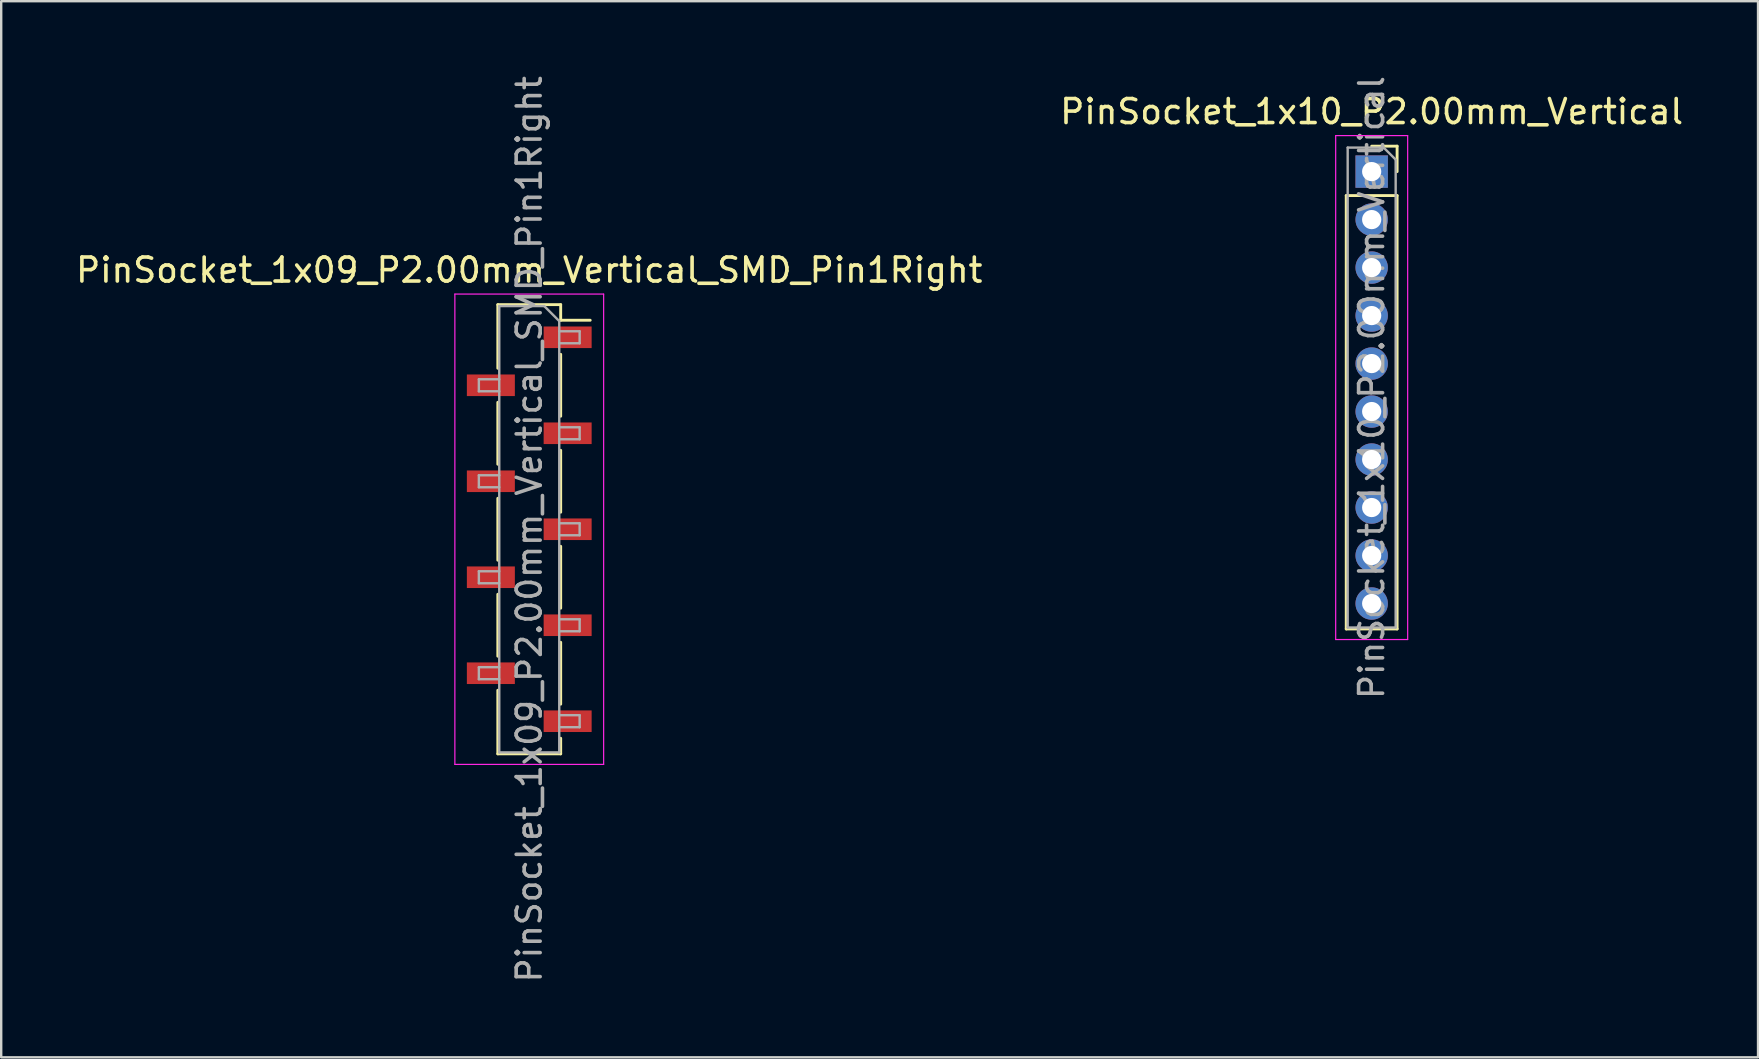
<source format=kicad_pcb>
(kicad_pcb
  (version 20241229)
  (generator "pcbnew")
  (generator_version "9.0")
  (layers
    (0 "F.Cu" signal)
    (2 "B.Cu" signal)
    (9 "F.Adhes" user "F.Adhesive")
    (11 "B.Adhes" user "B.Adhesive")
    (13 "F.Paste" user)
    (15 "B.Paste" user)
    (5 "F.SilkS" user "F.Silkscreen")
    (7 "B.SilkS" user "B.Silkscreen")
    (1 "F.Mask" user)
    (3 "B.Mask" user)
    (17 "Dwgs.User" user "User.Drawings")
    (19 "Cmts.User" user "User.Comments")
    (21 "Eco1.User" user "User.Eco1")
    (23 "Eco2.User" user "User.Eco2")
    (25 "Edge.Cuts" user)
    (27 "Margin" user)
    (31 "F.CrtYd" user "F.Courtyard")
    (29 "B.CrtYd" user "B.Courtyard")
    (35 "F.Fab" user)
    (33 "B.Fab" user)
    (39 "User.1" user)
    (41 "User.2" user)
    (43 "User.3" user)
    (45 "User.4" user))
  (footprint "PinSocket_1x10_P2.00mm_Vertical"
    (layer "F.Cu")
    (at 54.113 4.101)
    (property "Reference" "PinSocket_1x10_P2.00mm_Vertical" (at 0 -2.5 0) (layer "F.SilkS") (effects (font (size 1 1) (thickness 0.15))))
    (attr through_hole)
    (fp_line (start -1.06 1) (end -1.06 19.06) (stroke (width 0.12) (type solid)) (layer "F.SilkS"))
    (fp_line (start -1.06 1) (end 1.06 1) (stroke (width 0.12) (type solid)) (layer "F.SilkS"))
    (fp_line (start -1.06 19.06) (end 1.06 19.06) (stroke (width 0.12) (type solid)) (layer "F.SilkS"))
    (fp_line (start 0 -1.06) (end 1.06 -1.06) (stroke (width 0.12) (type solid)) (layer "F.SilkS"))
    (fp_line (start 1.06 -1.06) (end 1.06 0) (stroke (width 0.12) (type solid)) (layer "F.SilkS"))
    (fp_line (start 1.06 1) (end 1.06 19.06) (stroke (width 0.12) (type solid)) (layer "F.SilkS"))
    (fp_line (start -1.5 -1.5) (end 1.5 -1.5) (stroke (width 0.05) (type solid)) (layer "F.CrtYd"))
    (fp_line (start -1.5 19.5) (end -1.5 -1.5) (stroke (width 0.05) (type solid)) (layer "F.CrtYd"))
    (fp_line (start 1.5 -1.5) (end 1.5 19.5) (stroke (width 0.05) (type solid)) (layer "F.CrtYd"))
    (fp_line (start 1.5 19.5) (end -1.5 19.5) (stroke (width 0.05) (type solid)) (layer "F.CrtYd"))
    (fp_line (start -1 -1) (end 0.5 -1) (stroke (width 0.1) (type solid)) (layer "F.Fab"))
    (fp_line (start -1 19) (end -1 -1) (stroke (width 0.1) (type solid)) (layer "F.Fab"))
    (fp_line (start 0.5 -1) (end 1 -0.5) (stroke (width 0.1) (type solid)) (layer "F.Fab"))
    (fp_line (start 1 -0.5) (end 1 19) (stroke (width 0.1) (type solid)) (layer "F.Fab"))
    (fp_line (start 1 19) (end -1 19) (stroke (width 0.1) (type solid)) (layer "F.Fab"))
    (fp_text user "${REFERENCE}" (at 0 9 90) (layer "F.Fab") (effects (font (size 1 1) (thickness 0.15))))
    (pad "1" thru_hole rect (at 0 0) (size 1.35 1.35) (drill 0.8) (layers "*.Cu" "*.Mask"))
    (pad "2" thru_hole oval (at 0 2) (size 1.35 1.35) (drill 0.8) (layers "*.Cu" "*.Mask"))
    (pad "3" thru_hole oval (at 0 4) (size 1.35 1.35) (drill 0.8) (layers "*.Cu" "*.Mask"))
    (pad "4" thru_hole oval (at 0 6) (size 1.35 1.35) (drill 0.8) (layers "*.Cu" "*.Mask"))
    (pad "5" thru_hole oval (at 0 8) (size 1.35 1.35) (drill 0.8) (layers "*.Cu" "*.Mask"))
    (pad "6" thru_hole oval (at 0 10) (size 1.35 1.35) (drill 0.8) (layers "*.Cu" "*.Mask"))
    (pad "7" thru_hole oval (at 0 12) (size 1.35 1.35) (drill 0.8) (layers "*.Cu" "*.Mask"))
    (pad "8" thru_hole oval (at 0 14) (size 1.35 1.35) (drill 0.8) (layers "*.Cu" "*.Mask"))
    (pad "9" thru_hole oval (at 0 16) (size 1.35 1.35) (drill 0.8) (layers "*.Cu" "*.Mask"))
    (pad "10" thru_hole oval (at 0 18) (size 1.35 1.35) (drill 0.8) (layers "*.Cu" "*.Mask")))
  (footprint "PinSocket_1x09_P2.00mm_Vertical_SMD_Pin1Right"
    (layer "F.Cu")
    (at 19.006 19.006)
    (property "Reference" "PinSocket_1x09_P2.00mm_Vertical_SMD_Pin1Right" (at 0 -10.8 0) (layer "F.SilkS") (effects (font (size 1 1) (thickness 0.15))))
    (attr smd)
    (fp_line (start -1.31 -9.36) (end -1.31 -6.71) (stroke (width 0.12) (type solid)) (layer "F.SilkS"))
    (fp_line (start -1.31 -9.36) (end 1.31 -9.36) (stroke (width 0.12) (type solid)) (layer "F.SilkS"))
    (fp_line (start -1.31 -5.29) (end -1.31 -2.71) (stroke (width 0.12) (type solid)) (layer "F.SilkS"))
    (fp_line (start -1.31 -1.29) (end -1.31 1.29) (stroke (width 0.12) (type solid)) (layer "F.SilkS"))
    (fp_line (start -1.31 2.71) (end -1.31 5.29) (stroke (width 0.12) (type solid)) (layer "F.SilkS"))
    (fp_line (start -1.31 6.71) (end -1.31 9.36) (stroke (width 0.12) (type solid)) (layer "F.SilkS"))
    (fp_line (start -1.31 9.36) (end 1.31 9.36) (stroke (width 0.12) (type solid)) (layer "F.SilkS"))
    (fp_line (start 1.31 -9.36) (end 1.31 -8.71) (stroke (width 0.12) (type solid)) (layer "F.SilkS"))
    (fp_line (start 1.31 -8.71) (end 2.54 -8.71) (stroke (width 0.12) (type solid)) (layer "F.SilkS"))
    (fp_line (start 1.31 -7.29) (end 1.31 -4.71) (stroke (width 0.12) (type solid)) (layer "F.SilkS"))
    (fp_line (start 1.31 -3.29) (end 1.31 -0.71) (stroke (width 0.12) (type solid)) (layer "F.SilkS"))
    (fp_line (start 1.31 0.71) (end 1.31 3.29) (stroke (width 0.12) (type solid)) (layer "F.SilkS"))
    (fp_line (start 1.31 4.71) (end 1.31 7.29) (stroke (width 0.12) (type solid)) (layer "F.SilkS"))
    (fp_line (start 1.31 8.71) (end 1.31 9.36) (stroke (width 0.12) (type solid)) (layer "F.SilkS"))
    (fp_line (start -3.1 -9.8) (end 3.1 -9.8) (stroke (width 0.05) (type solid)) (layer "F.CrtYd"))
    (fp_line (start -3.1 9.8) (end -3.1 -9.8) (stroke (width 0.05) (type solid)) (layer "F.CrtYd"))
    (fp_line (start 3.1 -9.8) (end 3.1 9.8) (stroke (width 0.05) (type solid)) (layer "F.CrtYd"))
    (fp_line (start 3.1 9.8) (end -3.1 9.8) (stroke (width 0.05) (type solid)) (layer "F.CrtYd"))
    (fp_line (start -2.1 -6.25) (end -1.25 -6.25) (stroke (width 0.1) (type solid)) (layer "F.Fab"))
    (fp_line (start -2.1 -5.75) (end -2.1 -6.25) (stroke (width 0.1) (type solid)) (layer "F.Fab"))
    (fp_line (start -2.1 -2.25) (end -1.25 -2.25) (stroke (width 0.1) (type solid)) (layer "F.Fab"))
    (fp_line (start -2.1 -1.75) (end -2.1 -2.25) (stroke (width 0.1) (type solid)) (layer "F.Fab"))
    (fp_line (start -2.1 1.75) (end -1.25 1.75) (stroke (width 0.1) (type solid)) (layer "F.Fab"))
    (fp_line (start -2.1 2.25) (end -2.1 1.75) (stroke (width 0.1) (type solid)) (layer "F.Fab"))
    (fp_line (start -2.1 5.75) (end -1.25 5.75) (stroke (width 0.1) (type solid)) (layer "F.Fab"))
    (fp_line (start -2.1 6.25) (end -2.1 5.75) (stroke (width 0.1) (type solid)) (layer "F.Fab"))
    (fp_line (start -1.25 -9.3) (end 0.625 -9.3) (stroke (width 0.1) (type solid)) (layer "F.Fab"))
    (fp_line (start -1.25 -5.75) (end -2.1 -5.75) (stroke (width 0.1) (type solid)) (layer "F.Fab"))
    (fp_line (start -1.25 -1.75) (end -2.1 -1.75) (stroke (width 0.1) (type solid)) (layer "F.Fab"))
    (fp_line (start -1.25 2.25) (end -2.1 2.25) (stroke (width 0.1) (type solid)) (layer "F.Fab"))
    (fp_line (start -1.25 6.25) (end -2.1 6.25) (stroke (width 0.1) (type solid)) (layer "F.Fab"))
    (fp_line (start -1.25 9.3) (end -1.25 -9.3) (stroke (width 0.1) (type solid)) (layer "F.Fab"))
    (fp_line (start 0.625 -9.3) (end 1.25 -8.675) (stroke (width 0.1) (type solid)) (layer "F.Fab"))
    (fp_line (start 1.25 -8.675) (end 1.25 9.3) (stroke (width 0.1) (type solid)) (layer "F.Fab"))
    (fp_line (start 1.25 -8.25) (end 2.1 -8.25) (stroke (width 0.1) (type solid)) (layer "F.Fab"))
    (fp_line (start 1.25 -4.25) (end 2.1 -4.25) (stroke (width 0.1) (type solid)) (layer "F.Fab"))
    (fp_line (start 1.25 -0.25) (end 2.1 -0.25) (stroke (width 0.1) (type solid)) (layer "F.Fab"))
    (fp_line (start 1.25 3.75) (end 2.1 3.75) (stroke (width 0.1) (type solid)) (layer "F.Fab"))
    (fp_line (start 1.25 7.75) (end 2.1 7.75) (stroke (width 0.1) (type solid)) (layer "F.Fab"))
    (fp_line (start 1.25 9.3) (end -1.25 9.3) (stroke (width 0.1) (type solid)) (layer "F.Fab"))
    (fp_line (start 2.1 -8.25) (end 2.1 -7.75) (stroke (width 0.1) (type solid)) (layer "F.Fab"))
    (fp_line (start 2.1 -7.75) (end 1.25 -7.75) (stroke (width 0.1) (type solid)) (layer "F.Fab"))
    (fp_line (start 2.1 -4.25) (end 2.1 -3.75) (stroke (width 0.1) (type solid)) (layer "F.Fab"))
    (fp_line (start 2.1 -3.75) (end 1.25 -3.75) (stroke (width 0.1) (type solid)) (layer "F.Fab"))
    (fp_line (start 2.1 -0.25) (end 2.1 0.25) (stroke (width 0.1) (type solid)) (layer "F.Fab"))
    (fp_line (start 2.1 0.25) (end 1.25 0.25) (stroke (width 0.1) (type solid)) (layer "F.Fab"))
    (fp_line (start 2.1 3.75) (end 2.1 4.25) (stroke (width 0.1) (type solid)) (layer "F.Fab"))
    (fp_line (start 2.1 4.25) (end 1.25 4.25) (stroke (width 0.1) (type solid)) (layer "F.Fab"))
    (fp_line (start 2.1 7.75) (end 2.1 8.25) (stroke (width 0.1) (type solid)) (layer "F.Fab"))
    (fp_line (start 2.1 8.25) (end 1.25 8.25) (stroke (width 0.1) (type solid)) (layer "F.Fab"))
    (fp_text user "${REFERENCE}" (at 0 0 90) (layer "F.Fab") (effects (font (size 1 1) (thickness 0.15))))
    (pad "1" smd rect (at 1.6 -8) (size 2 0.9) (layers "F.Cu" "F.Mask" "F.Paste"))
    (pad "2" smd rect (at -1.6 -6) (size 2 0.9) (layers "F.Cu" "F.Mask" "F.Paste"))
    (pad "3" smd rect (at 1.6 -4) (size 2 0.9) (layers "F.Cu" "F.Mask" "F.Paste"))
    (pad "4" smd rect (at -1.6 -2) (size 2 0.9) (layers "F.Cu" "F.Mask" "F.Paste"))
    (pad "5" smd rect (at 1.6 0) (size 2 0.9) (layers "F.Cu" "F.Mask" "F.Paste"))
    (pad "6" smd rect (at -1.6 2) (size 2 0.9) (layers "F.Cu" "F.Mask" "F.Paste"))
    (pad "7" smd rect (at 1.6 4) (size 2 0.9) (layers "F.Cu" "F.Mask" "F.Paste"))
    (pad "8" smd rect (at -1.6 6) (size 2 0.9) (layers "F.Cu" "F.Mask" "F.Paste"))
    (pad "9" smd rect (at 1.6 8) (size 2 0.9) (layers "F.Cu" "F.Mask" "F.Paste")))
  (gr_rect
    (start -3 -3)
    (end 70.214 41.012)
    (stroke (width 0.1) (type default))
    (fill no)
    (layer "Edge.Cuts")))
</source>
